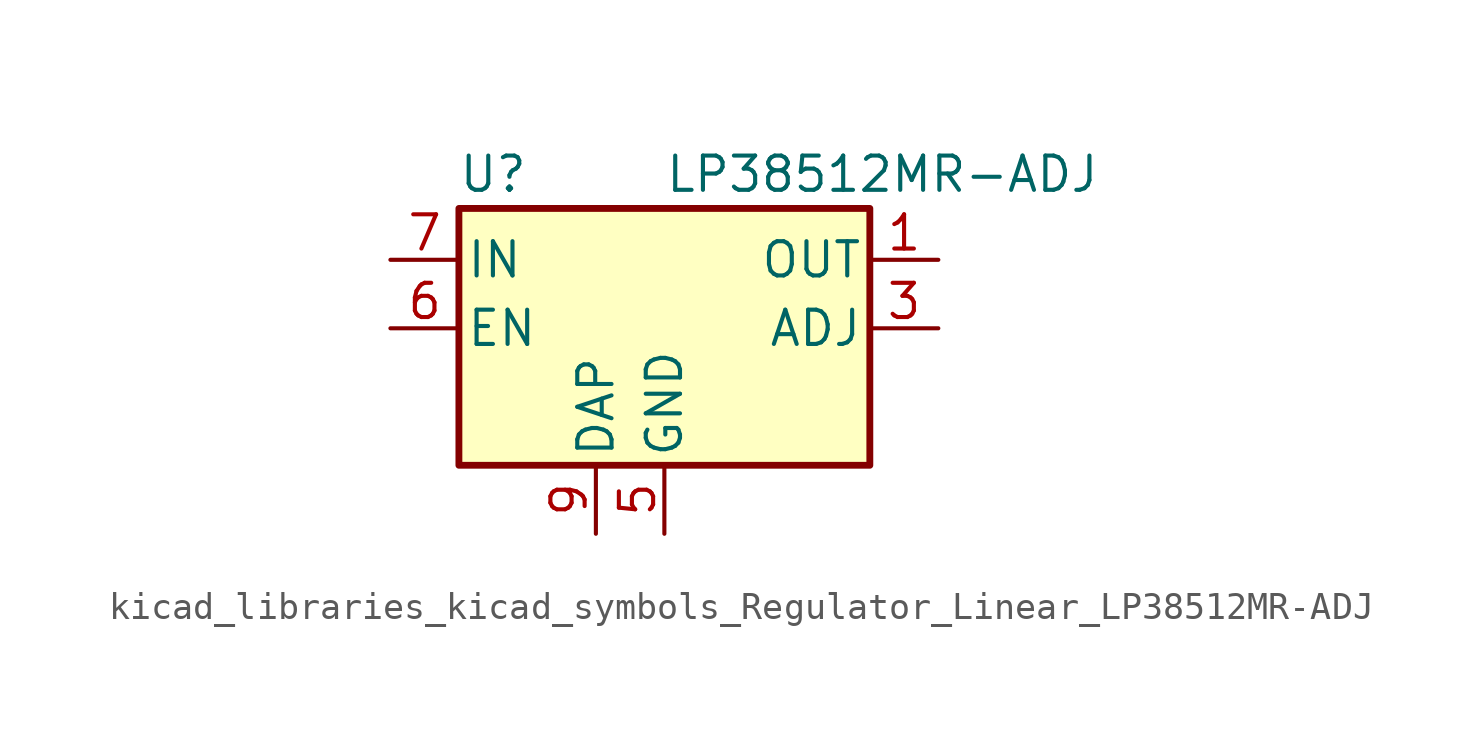
<source format=kicad_sym>
(kicad_symbol_lib
  (version 20220914)
  (generator kicad_symbol_editor)
  (symbol "kicad_libraries_kicad_symbols_Regulator_Linear_LP38512MR-ADJ"
    (pin_names
      (offset 0.254))
    (property "Reference" "U"
      (at -6.35 5.715 0)
      (effects (font (size 1.27 1.27))))
    (property "Value" "LP38512MR-ADJ"
      (at 0 5.715 0)
      (effects (font (size 1.27 1.27)) (justify left)))
    (symbol "kicad_libraries_kicad_symbols_Regulator_Linear_LP38512MR-ADJ_0_1"
      (rectangle (start -7.62 -5.08) (end 7.62 4.445) (stroke (width 0.254) (type default)) (fill (type background))))
    (symbol "kicad_libraries_kicad_symbols_Regulator_Linear_LP38512MR-ADJ_1_1"
      (pin power_out line (at 10.16 2.54 180) (length 2.54) (name "OUT" (effects (font (size 1.27 1.27)))) (number "1" (effects (font (size 1.27 1.27)))))
      (pin passive line (at 10.16 2.54 180) (length 2.54) hide (name "OUT" (effects (font (size 1.27 1.27)))) (number "2" (effects (font (size 1.27 1.27)))))
      (pin input line (at 10.16 0 180) (length 2.54) (name "ADJ" (effects (font (size 1.27 1.27)))) (number "3" (effects (font (size 1.27 1.27)))))
      (pin no_connect line (at -7.62 -2.54 0) (length 2.54) hide (name "NC" (effects (font (size 1.27 1.27)))) (number "4" (effects (font (size 1.27 1.27)))))
      (pin power_in line (at 0 -7.62 90) (length 2.54) (name "GND" (effects (font (size 1.27 1.27)))) (number "5" (effects (font (size 1.27 1.27)))))
      (pin input line (at -10.16 0 0) (length 2.54) (name "EN" (effects (font (size 1.27 1.27)))) (number "6" (effects (font (size 1.27 1.27)))))
      (pin power_in line (at -10.16 2.54 0) (length 2.54) (name "IN" (effects (font (size 1.27 1.27)))) (number "7" (effects (font (size 1.27 1.27)))))
      (pin passive line (at -10.16 2.54 0) (length 2.54) hide (name "IN" (effects (font (size 1.27 1.27)))) (number "8" (effects (font (size 1.27 1.27)))))
      (pin passive line (at -2.54 -7.62 90) (length 2.54) (name "DAP" (effects (font (size 1.27 1.27)))) (number "9" (effects (font (size 1.27 1.27))))))))
</source>
